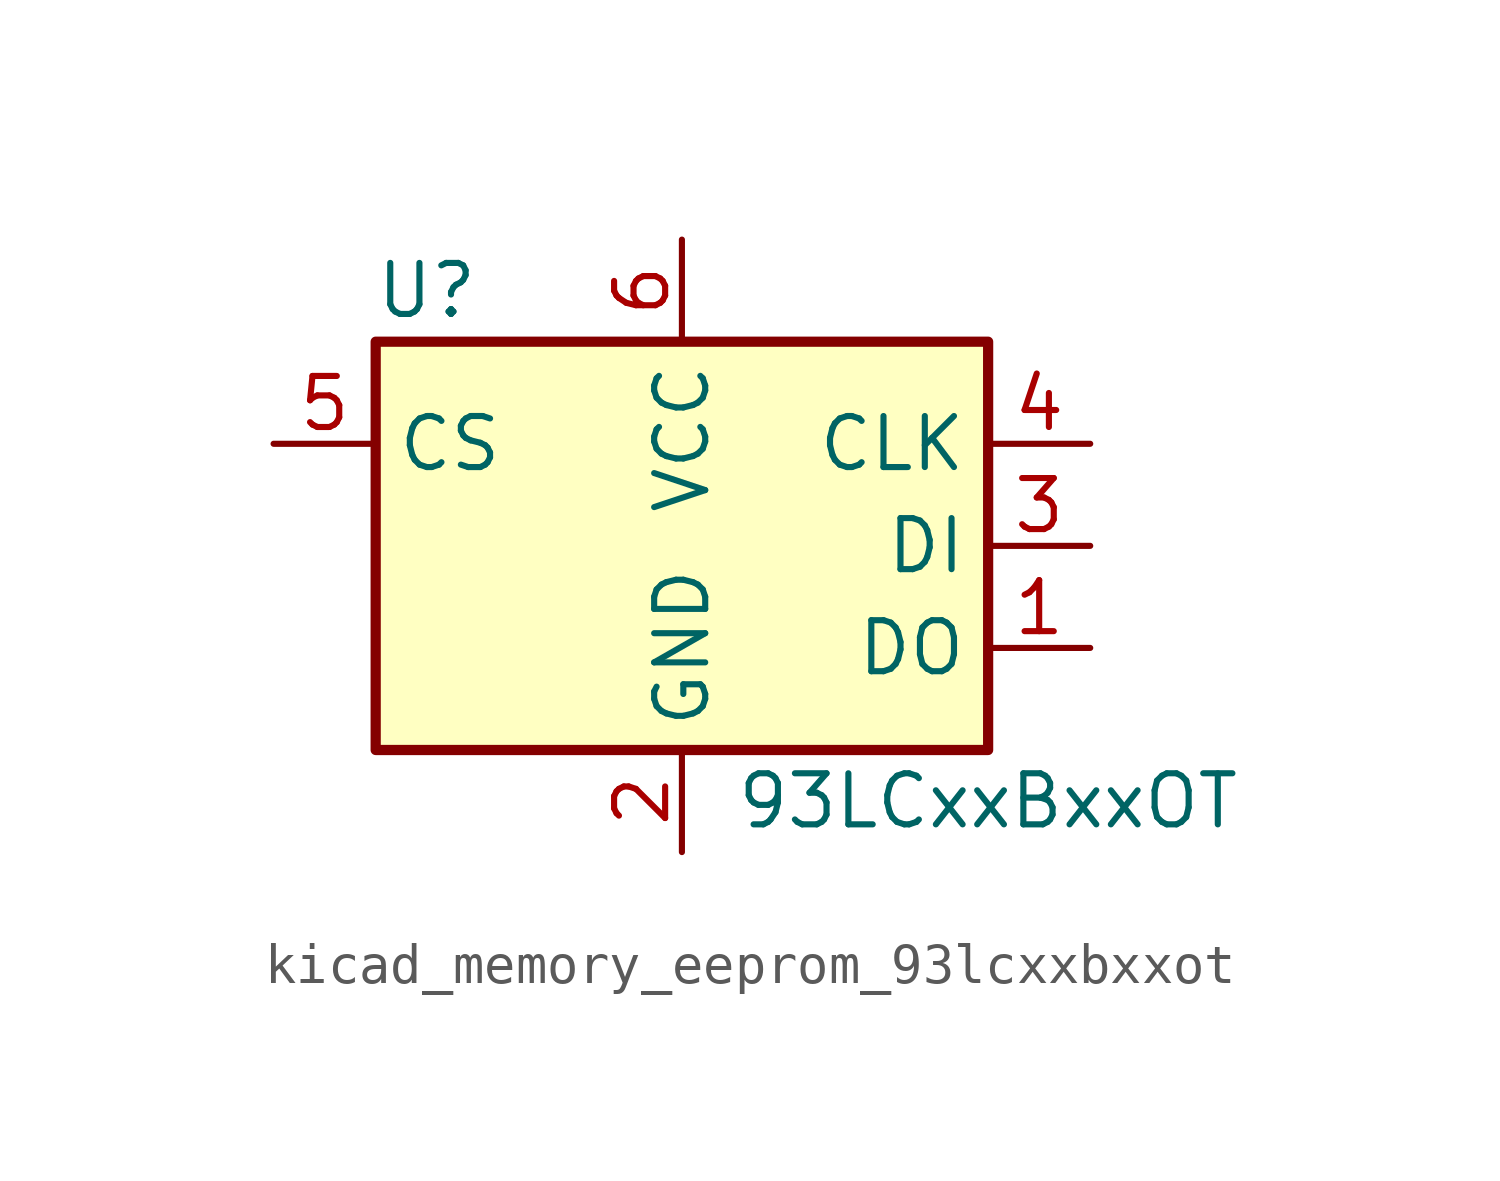
<source format=kicad_sym>
(kicad_symbol_lib
  (version 20220914)
  (generator kicad_symbol_editor)
  (symbol "kicad_memory_eeprom_93lcxxbxxot"
    (property "Reference" "U"
      (at -6.35 6.35 0)
      (effects (font (size 1.27 1.27))))
    (property "Value" "93LCxxBxxOT"
      (at 7.62 -6.35 0)
      (effects (font (size 1.27 1.27))))
    (symbol "kicad_memory_eeprom_93lcxxbxxot_0_1"
      (rectangle (start -7.62 5.08) (end 7.62 -5.08) (stroke (width 0.254) (type default)) (fill (type background))))
    (symbol "kicad_memory_eeprom_93lcxxbxxot_1_1"
      (pin tri_state line (at 10.16 -2.54 180) (length 2.54) (name "DO" (effects (font (size 1.27 1.27)))) (number "1" (effects (font (size 1.27 1.27)))))
      (pin power_in line (at 0 -7.62 90) (length 2.54) (name "GND" (effects (font (size 1.27 1.27)))) (number "2" (effects (font (size 1.27 1.27)))))
      (pin input line (at 10.16 0 180) (length 2.54) (name "DI" (effects (font (size 1.27 1.27)))) (number "3" (effects (font (size 1.27 1.27)))))
      (pin input line (at 10.16 2.54 180) (length 2.54) (name "CLK" (effects (font (size 1.27 1.27)))) (number "4" (effects (font (size 1.27 1.27)))))
      (pin input line (at -10.16 2.54 0) (length 2.54) (name "CS" (effects (font (size 1.27 1.27)))) (number "5" (effects (font (size 1.27 1.27)))))
      (pin power_in line (at 0 7.62 270) (length 2.54) (name "VCC" (effects (font (size 1.27 1.27)))) (number "6" (effects (font (size 1.27 1.27))))))))
</source>
